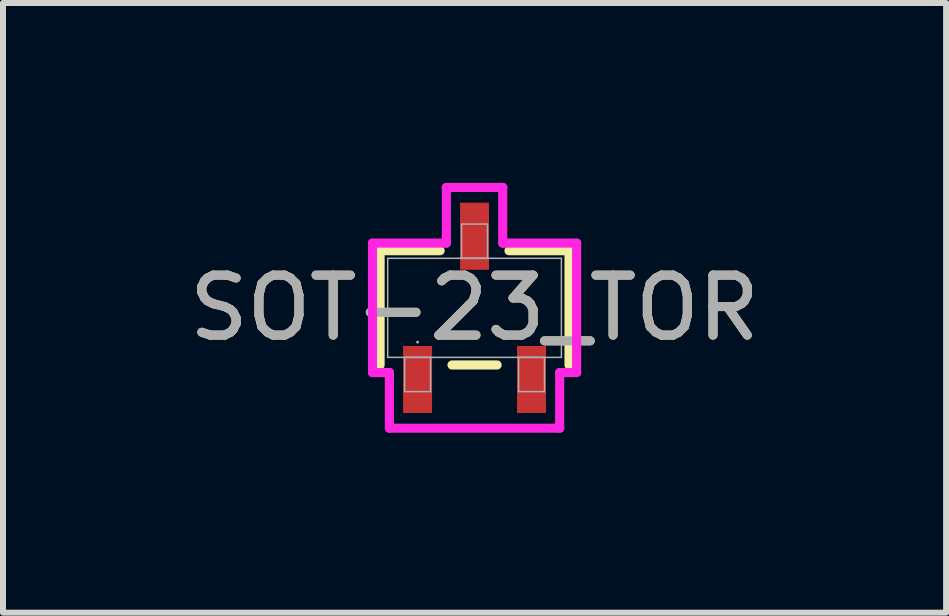
<source format=kicad_pcb>
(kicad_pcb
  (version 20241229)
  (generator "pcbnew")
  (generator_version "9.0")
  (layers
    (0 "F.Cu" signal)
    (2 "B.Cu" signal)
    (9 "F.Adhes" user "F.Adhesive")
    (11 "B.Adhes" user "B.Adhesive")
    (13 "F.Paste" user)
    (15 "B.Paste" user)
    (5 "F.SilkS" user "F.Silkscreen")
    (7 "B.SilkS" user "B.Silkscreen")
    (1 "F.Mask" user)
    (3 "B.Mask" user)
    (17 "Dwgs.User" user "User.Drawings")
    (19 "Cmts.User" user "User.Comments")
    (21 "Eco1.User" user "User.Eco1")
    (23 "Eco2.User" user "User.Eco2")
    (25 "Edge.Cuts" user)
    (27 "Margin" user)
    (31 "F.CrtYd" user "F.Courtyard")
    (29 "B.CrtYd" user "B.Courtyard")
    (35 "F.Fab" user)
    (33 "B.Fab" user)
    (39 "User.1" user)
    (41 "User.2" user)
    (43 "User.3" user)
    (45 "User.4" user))
  (footprint "SOT-23_TOR"
    (layer "F.Cu")
    (at 4.863 2.083)
    (property "Reference" "SOT-23_TOR" (at 0 0 0) (unlocked yes) (layer "F.SilkS") (effects (font (size 1 1) (thickness 0.15))))
    (attr smd)
    (fp_line (start -1.575 -0.953) (end -1.575 0.953) (stroke (width 0.152) (type solid)) (layer "F.SilkS"))
    (fp_line (start -0.574 -0.953) (end -1.575 -0.953) (stroke (width 0.152) (type solid)) (layer "F.SilkS"))
    (fp_line (start -0.376 0.953) (end 0.376 0.953) (stroke (width 0.152) (type solid)) (layer "F.SilkS"))
    (fp_line (start 1.575 -0.953) (end 0.574 -0.953) (stroke (width 0.152) (type solid)) (layer "F.SilkS"))
    (fp_line (start 1.575 0.953) (end 1.575 -0.953) (stroke (width 0.152) (type solid)) (layer "F.SilkS"))
    (fp_line (start -1.702 -1.079) (end -0.47 -1.079) (stroke (width 0.152) (type solid)) (layer "F.CrtYd"))
    (fp_line (start -1.702 1.079) (end -1.702 -1.079) (stroke (width 0.152) (type solid)) (layer "F.CrtYd"))
    (fp_line (start -1.702 1.079) (end -1.42 1.079) (stroke (width 0.152) (type solid)) (layer "F.CrtYd"))
    (fp_line (start -1.42 1.079) (end -1.42 2.007) (stroke (width 0.152) (type solid)) (layer "F.CrtYd"))
    (fp_line (start -1.42 2.007) (end 1.42 2.007) (stroke (width 0.152) (type solid)) (layer "F.CrtYd"))
    (fp_line (start -0.47 -2.007) (end 0.47 -2.007) (stroke (width 0.152) (type solid)) (layer "F.CrtYd"))
    (fp_line (start -0.47 -1.079) (end -0.47 -2.007) (stroke (width 0.152) (type solid)) (layer "F.CrtYd"))
    (fp_line (start 0.47 -1.079) (end 0.47 -2.007) (stroke (width 0.152) (type solid)) (layer "F.CrtYd"))
    (fp_line (start 1.42 1.079) (end 1.42 2.007) (stroke (width 0.152) (type solid)) (layer "F.CrtYd"))
    (fp_line (start 1.702 -1.079) (end 0.47 -1.079) (stroke (width 0.152) (type solid)) (layer "F.CrtYd"))
    (fp_line (start 1.702 -1.079) (end 1.702 1.079) (stroke (width 0.152) (type solid)) (layer "F.CrtYd"))
    (fp_line (start 1.702 1.079) (end 1.42 1.079) (stroke (width 0.152) (type solid)) (layer "F.CrtYd"))
    (fp_line (start -1.448 -0.826) (end -1.448 0.826) (stroke (width 0.025) (type solid)) (layer "F.Fab"))
    (fp_line (start -1.448 0.826) (end 1.448 0.826) (stroke (width 0.025) (type solid)) (layer "F.Fab"))
    (fp_line (start -1.166 0.826) (end -1.166 1.397) (stroke (width 0.025) (type solid)) (layer "F.Fab"))
    (fp_line (start -1.166 1.397) (end -0.734 1.397) (stroke (width 0.025) (type solid)) (layer "F.Fab"))
    (fp_line (start -0.734 0.826) (end -1.166 0.826) (stroke (width 0.025) (type solid)) (layer "F.Fab"))
    (fp_line (start -0.734 1.397) (end -0.734 0.826) (stroke (width 0.025) (type solid)) (layer "F.Fab"))
    (fp_line (start -0.216 -1.397) (end -0.216 -0.826) (stroke (width 0.025) (type solid)) (layer "F.Fab"))
    (fp_line (start -0.216 -0.826) (end 0.216 -0.826) (stroke (width 0.025) (type solid)) (layer "F.Fab"))
    (fp_line (start 0.216 -1.397) (end -0.216 -1.397) (stroke (width 0.025) (type solid)) (layer "F.Fab"))
    (fp_line (start 0.216 -0.826) (end 0.216 -1.397) (stroke (width 0.025) (type solid)) (layer "F.Fab"))
    (fp_line (start 0.734 0.826) (end 0.734 1.397) (stroke (width 0.025) (type solid)) (layer "F.Fab"))
    (fp_line (start 0.734 1.397) (end 1.166 1.397) (stroke (width 0.025) (type solid)) (layer "F.Fab"))
    (fp_line (start 1.166 0.826) (end 0.734 0.826) (stroke (width 0.025) (type solid)) (layer "F.Fab"))
    (fp_line (start 1.166 1.397) (end 1.166 0.826) (stroke (width 0.025) (type solid)) (layer "F.Fab"))
    (fp_line (start 1.448 -0.826) (end -1.448 -0.826) (stroke (width 0.025) (type solid)) (layer "F.Fab"))
    (fp_line (start 1.448 0.826) (end 1.448 -0.826) (stroke (width 0.025) (type solid)) (layer "F.Fab"))
    (fp_circle (center -0.95 0.572) (end -0.95 0.572) (stroke (width 0.025) (type solid)) (fill no) (layer "F.Fab"))
    (fp_text user "${REFERENCE}" (at 0 0 0) (unlocked yes) (layer "F.Fab") (effects (font (size 1 1) (thickness 0.15))))
    (pad "1" smd rect (at -0.95 1.194) (size 0.483 1.118) (layers "F.Cu" "F.Mask" "F.Paste"))
    (pad "2" smd rect (at 0.95 1.194) (size 0.483 1.118) (layers "F.Cu" "F.Mask" "F.Paste"))
    (pad "3" smd rect (at 0 -1.194) (size 0.483 1.118) (layers "F.Cu" "F.Mask" "F.Paste")))
  (gr_rect
    (start -3 -3)
    (end 12.726 7.166)
    (stroke (width 0.1) (type default))
    (fill no)
    (layer "Edge.Cuts")))
</source>
